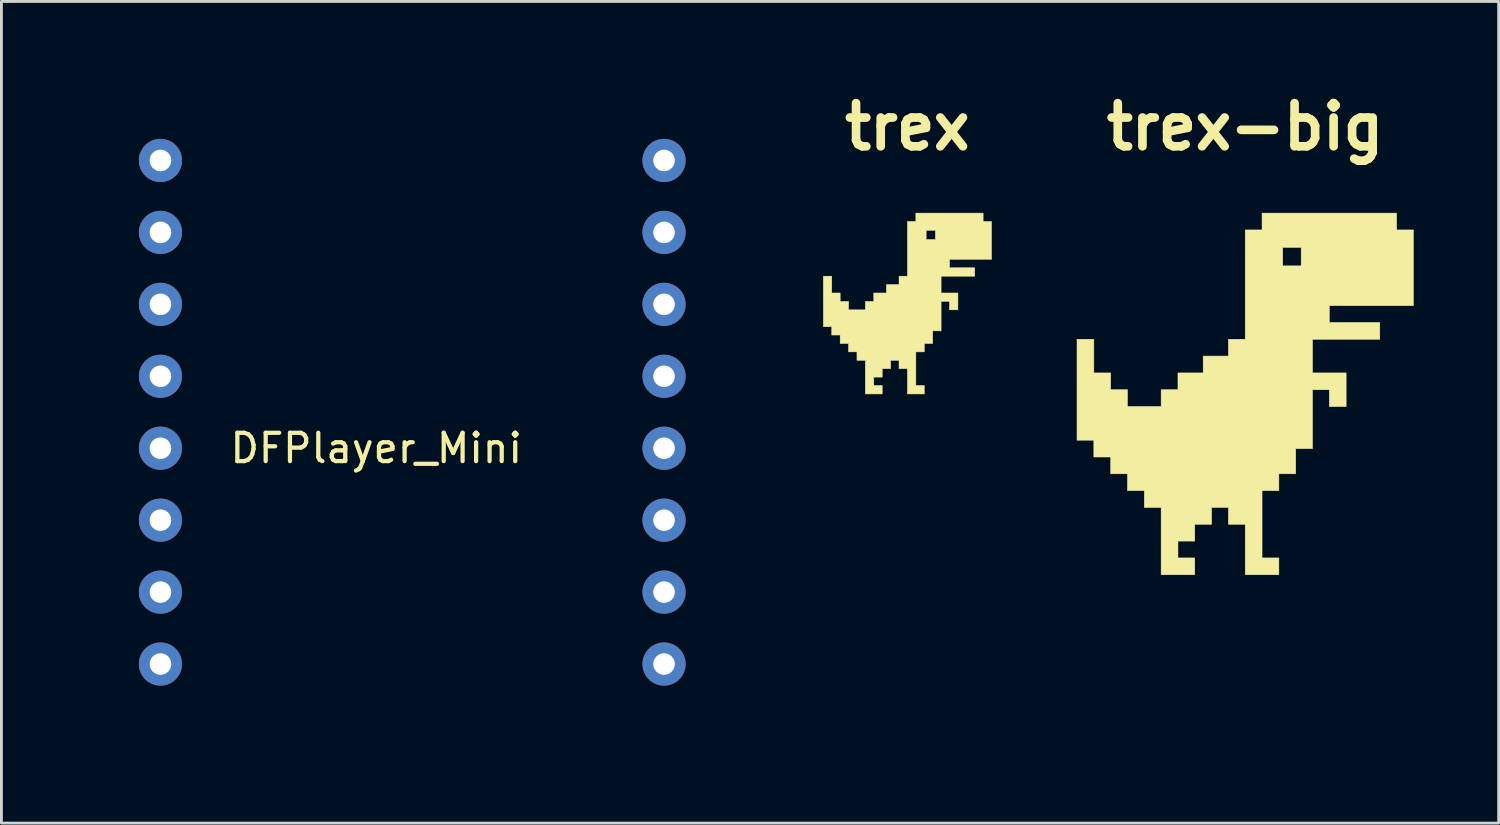
<source format=kicad_pcb>
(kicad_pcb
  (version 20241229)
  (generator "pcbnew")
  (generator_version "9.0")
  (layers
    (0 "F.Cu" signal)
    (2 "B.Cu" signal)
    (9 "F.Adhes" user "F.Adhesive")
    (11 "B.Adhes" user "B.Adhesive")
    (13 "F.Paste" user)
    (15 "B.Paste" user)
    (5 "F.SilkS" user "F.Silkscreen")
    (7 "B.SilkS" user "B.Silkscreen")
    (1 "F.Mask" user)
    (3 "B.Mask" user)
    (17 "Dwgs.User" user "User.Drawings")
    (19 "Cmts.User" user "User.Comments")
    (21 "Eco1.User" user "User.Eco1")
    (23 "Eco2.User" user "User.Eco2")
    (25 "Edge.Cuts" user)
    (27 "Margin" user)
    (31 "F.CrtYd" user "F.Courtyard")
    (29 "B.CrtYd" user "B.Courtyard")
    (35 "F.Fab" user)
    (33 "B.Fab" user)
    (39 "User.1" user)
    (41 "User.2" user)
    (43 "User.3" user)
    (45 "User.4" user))
  (footprint "DFPlayer_Mini"
    (layer "F.Cu")
    (at 10.235 2.615)
    (property "Reference" "DFPlayer_Mini" (at 0 10.16 0) (layer "F.SilkS") (effects (font (size 1 1) (thickness 0.15))))
    (attr through_hole)
    (fp_line (start -10.16 -2.54) (end 12.7 -2.54) (stroke (width 0.15) (type solid)) (layer "B.Mask"))
    (fp_line (start -10.16 20.32) (end -10.16 -2.54) (stroke (width 0.15) (type solid)) (layer "B.Mask"))
    (fp_line (start 12.7 -2.54) (end 12.7 20.32) (stroke (width 0.15) (type solid)) (layer "B.Mask"))
    (fp_line (start 12.7 20.32) (end -10.16 20.32) (stroke (width 0.15) (type solid)) (layer "B.Mask"))
    (pad "1" thru_hole circle (at -7.62 0) (size 1.524 1.524) (drill 0.762) (layers "*.Cu" "*.Mask"))
    (pad "2" thru_hole circle (at -7.62 2.54) (size 1.524 1.524) (drill 0.762) (layers "*.Cu" "*.Mask"))
    (pad "3" thru_hole circle (at -7.62 5.08) (size 1.524 1.524) (drill 0.762) (layers "*.Cu" "*.Mask"))
    (pad "4" thru_hole circle (at -7.62 7.62) (size 1.524 1.524) (drill 0.762) (layers "*.Cu" "*.Mask"))
    (pad "5" thru_hole circle (at -7.62 10.16) (size 1.524 1.524) (drill 0.762) (layers "*.Cu" "*.Mask"))
    (pad "6" thru_hole circle (at -7.62 12.7) (size 1.524 1.524) (drill 0.762) (layers "*.Cu" "*.Mask"))
    (pad "7" thru_hole circle (at -7.62 15.24) (size 1.524 1.524) (drill 0.762) (layers "*.Cu" "*.Mask"))
    (pad "8" thru_hole circle (at -7.62 17.78) (size 1.524 1.524) (drill 0.762) (layers "*.Cu" "*.Mask"))
    (pad "9" thru_hole circle (at 10.16 17.78) (size 1.524 1.524) (drill 0.762) (layers "*.Cu" "*.Mask"))
    (pad "10" thru_hole circle (at 10.16 15.24) (size 1.524 1.524) (drill 0.762) (layers "*.Cu" "*.Mask"))
    (pad "11" thru_hole circle (at 10.16 12.7) (size 1.524 1.524) (drill 0.762) (layers "*.Cu" "*.Mask"))
    (pad "12" thru_hole circle (at 10.16 10.16) (size 1.524 1.524) (drill 0.762) (layers "*.Cu" "*.Mask"))
    (pad "13" thru_hole circle (at 10.16 7.62) (size 1.524 1.524) (drill 0.762) (layers "*.Cu" "*.Mask"))
    (pad "14" thru_hole circle (at 10.16 5.08) (size 1.524 1.524) (drill 0.762) (layers "*.Cu" "*.Mask"))
    (pad "15" thru_hole circle (at 10.16 2.54) (size 1.524 1.524) (drill 0.762) (layers "*.Cu" "*.Mask"))
    (pad "16" thru_hole circle (at 10.16 0) (size 1.524 1.524) (drill 0.762) (layers "*.Cu" "*.Mask")))
  (footprint "trex"
    (layer "F.Cu")
    (at 28.988 7.666)
    (property "Reference" "trex" (at 0 -6.24 0) (layer "F.SilkS") (effects (font (size 1.524 1.524) (thickness 0.305))))
    (attr smd)
    (fp_poly (pts (xy -1.485 2.598) (xy 0.661 -2.438) (xy 0.661 -2.26) (xy 0.81 -2.26) (xy 0.988 -2.26) (xy 0.988 -2.438) (xy 0.988 -2.586) (xy 0.81 -2.586) (xy 0.661 -2.586) (xy 0.661 -2.438) (xy -1.485 2.598) (xy -1.485 2.004) (xy -1.633 2.004) (xy -1.782 2.004) (xy -1.782 1.856) (xy -1.782 1.707) (xy -1.93 1.707) (xy -2.079 1.707) (xy -2.079 1.559) (xy -2.079 1.41) (xy -2.227 1.41) (xy -2.375 1.41) (xy -2.375 1.262) (xy -2.375 1.113) (xy -2.524 1.113) (xy -2.672 1.113) (xy -2.672 0.965) (xy -2.672 0.817) (xy -2.821 0.817) (xy -2.969 0.817) (xy -2.969 -0.074) (xy -2.969 -0.965) (xy -2.821 -0.965) (xy -2.672 -0.965) (xy -2.672 -0.668) (xy -2.672 -0.371) (xy -2.524 -0.371) (xy -2.375 -0.371) (xy -2.375 -0.223) (xy -2.375 -0.074) (xy -2.227 -0.074) (xy -2.079 -0.074) (xy -2.079 0.074) (xy -2.079 0.223) (xy -1.782 0.223) (xy -1.485 0.223) (xy -1.485 0.074) (xy -1.485 -0.074) (xy -1.336 -0.074) (xy -1.188 -0.074) (xy -1.188 -0.223) (xy -1.188 -0.371) (xy -0.965 -0.371) (xy -0.742 -0.371) (xy -0.742 -0.52) (xy -0.742 -0.668) (xy -0.52 -0.668) (xy -0.297 -0.668) (xy -0.297 -0.817) (xy -0.297 -0.965) (xy -0.148 -0.965) (xy 0 -0.965) (xy 0 -1.93) (xy 0 -2.895) (xy 0.148 -2.895) (xy 0.297 -2.895) (xy 0.297 -3.044) (xy 0.297 -3.192) (xy 1.485 -3.192) (xy 2.672 -3.192) (xy 2.672 -3.044) (xy 2.672 -2.895) (xy 2.821 -2.895) (xy 2.969 -2.895) (xy 2.969 -2.227) (xy 2.969 -1.559) (xy 2.227 -1.559) (xy 1.485 -1.559) (xy 1.485 -1.41) (xy 1.485 -1.262) (xy 1.93 -1.262) (xy 2.375 -1.262) (xy 2.375 -1.113) (xy 2.375 -0.965) (xy 1.782 -0.965) (xy 1.188 -0.965) (xy 1.188 -0.668) (xy 1.188 -0.371) (xy 1.485 -0.371) (xy 1.782 -0.371) (xy 1.782 -0.074) (xy 1.782 0.223) (xy 1.633 0.223) (xy 1.485 0.223) (xy 1.485 0.074) (xy 1.485 -0.074) (xy 1.336 -0.074) (xy 1.188 -0.074) (xy 1.188 0.445) (xy 1.188 0.965) (xy 1.039 0.965) (xy 0.891 0.965) (xy 0.891 1.188) (xy 0.891 1.41) (xy 0.742 1.41) (xy 0.594 1.41) (xy 0.594 1.559) (xy 0.594 1.707) (xy 0.445 1.707) (xy 0.297 1.707) (xy 0.297 2.301) (xy 0.297 2.895) (xy 0.445 2.895) (xy 0.594 2.895) (xy 0.594 3.044) (xy 0.594 3.192) (xy 0.297 3.192) (xy 0 3.192) (xy 0 2.747) (xy 0 2.301) (xy -0.148 2.301) (xy -0.297 2.301) (xy -0.297 2.153) (xy -0.297 2.004) (xy -0.445 2.004) (xy -0.594 2.004) (xy -0.594 2.153) (xy -0.594 2.301) (xy -0.742 2.301) (xy -0.891 2.301) (xy -0.891 2.45) (xy -0.891 2.598) (xy -1.039 2.598) (xy -1.188 2.598) (xy -1.188 2.747) (xy -1.188 2.895) (xy -1.039 2.895) (xy -0.891 2.895) (xy -0.891 3.044) (xy -0.891 3.192) (xy -1.188 3.192) (xy -1.485 3.192) (xy -1.485 2.598)) (stroke (width 0.018) (type solid)) (fill yes) (layer "F.SilkS")))
  (footprint "trex-big"
    (layer "F.Cu")
    (at 40.914 10.858)
    (property "Reference" "trex-big" (at 0 -9.432 0) (layer "F.SilkS") (effects (font (size 1.524 1.524) (thickness 0.305))))
    (attr smd)
    (fp_poly (pts (xy -2.969 5.196) (xy 1.323 -4.876) (xy 1.323 -4.521) (xy 1.62 -4.521) (xy 1.975 -4.521) (xy 1.975 -4.876) (xy 1.975 -5.173) (xy 1.62 -5.173) (xy 1.323 -5.173) (xy 1.323 -4.876) (xy -2.969 5.196) (xy -2.969 4.009) (xy -3.266 4.009) (xy -3.563 4.009) (xy -3.563 3.712) (xy -3.563 3.415) (xy -3.86 3.415) (xy -4.157 3.415) (xy -4.157 3.118) (xy -4.157 2.821) (xy -4.454 2.821) (xy -4.751 2.821) (xy -4.751 2.524) (xy -4.751 2.227) (xy -5.048 2.227) (xy -5.345 2.227) (xy -5.345 1.93) (xy -5.345 1.633) (xy -5.642 1.633) (xy -5.939 1.633) (xy -5.939 -0.148) (xy -5.939 -1.93) (xy -5.642 -1.93) (xy -5.345 -1.93) (xy -5.345 -1.336) (xy -5.345 -0.742) (xy -5.048 -0.742) (xy -4.751 -0.742) (xy -4.751 -0.445) (xy -4.751 -0.148) (xy -4.454 -0.148) (xy -4.157 -0.148) (xy -4.157 0.148) (xy -4.157 0.445) (xy -3.563 0.445) (xy -2.969 0.445) (xy -2.969 0.148) (xy -2.969 -0.148) (xy -2.672 -0.148) (xy -2.375 -0.148) (xy -2.375 -0.445) (xy -2.375 -0.742) (xy -1.93 -0.742) (xy -1.485 -0.742) (xy -1.485 -1.039) (xy -1.485 -1.336) (xy -1.039 -1.336) (xy -0.594 -1.336) (xy -0.594 -1.633) (xy -0.594 -1.93) (xy -0.297 -1.93) (xy 0 -1.93) (xy 0 -3.86) (xy 0 -5.79) (xy 0.297 -5.79) (xy 0.594 -5.79) (xy 0.594 -6.087) (xy 0.594 -6.384) (xy 2.969 -6.384) (xy 5.345 -6.384) (xy 5.345 -6.087) (xy 5.345 -5.79) (xy 5.642 -5.79) (xy 5.939 -5.79) (xy 5.939 -4.454) (xy 5.939 -3.118) (xy 4.454 -3.118) (xy 2.969 -3.118) (xy 2.969 -2.821) (xy 2.969 -2.524) (xy 3.86 -2.524) (xy 4.751 -2.524) (xy 4.751 -2.227) (xy 4.751 -1.93) (xy 3.563 -1.93) (xy 2.375 -1.93) (xy 2.375 -1.336) (xy 2.375 -0.742) (xy 2.969 -0.742) (xy 3.563 -0.742) (xy 3.563 -0.148) (xy 3.563 0.445) (xy 3.266 0.445) (xy 2.969 0.445) (xy 2.969 0.148) (xy 2.969 -0.148) (xy 2.672 -0.148) (xy 2.375 -0.148) (xy 2.375 0.891) (xy 2.375 1.93) (xy 2.079 1.93) (xy 1.782 1.93) (xy 1.782 2.375) (xy 1.782 2.821) (xy 1.485 2.821) (xy 1.188 2.821) (xy 1.188 3.118) (xy 1.188 3.415) (xy 0.891 3.415) (xy 0.594 3.415) (xy 0.594 4.602) (xy 0.594 5.79) (xy 0.891 5.79) (xy 1.188 5.79) (xy 1.188 6.087) (xy 1.188 6.384) (xy 0.594 6.384) (xy 0 6.384) (xy 0 5.493) (xy 0 4.602) (xy -0.297 4.602) (xy -0.594 4.602) (xy -0.594 4.305) (xy -0.594 4.009) (xy -0.891 4.009) (xy -1.188 4.009) (xy -1.188 4.305) (xy -1.188 4.602) (xy -1.485 4.602) (xy -1.782 4.602) (xy -1.782 4.899) (xy -1.782 5.196) (xy -2.079 5.196) (xy -2.375 5.196) (xy -2.375 5.493) (xy -2.375 5.79) (xy -2.079 5.79) (xy -1.782 5.79) (xy -1.782 6.087) (xy -1.782 6.384) (xy -2.375 6.384) (xy -2.969 6.384) (xy -2.969 5.196)) (stroke (width 0.018) (type solid)) (fill yes) (layer "F.SilkS")))
  (gr_rect
    (start -3 -3)
    (end 49.861 26.01)
    (stroke (width 0.1) (type default))
    (fill no)
    (layer "Edge.Cuts")))
</source>
